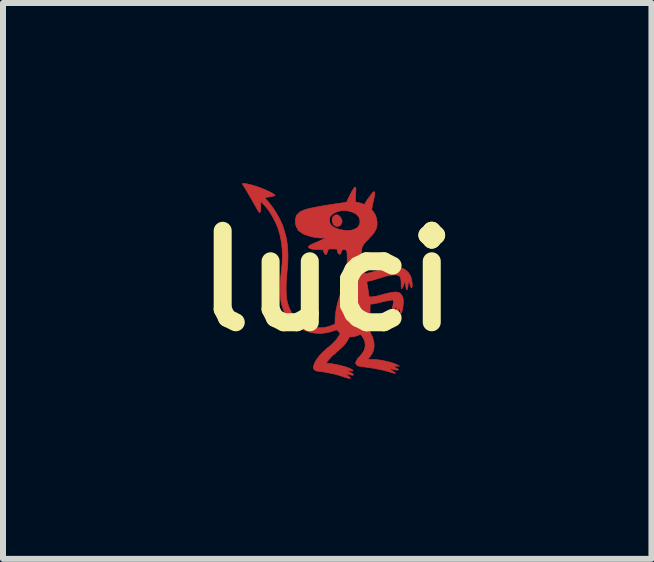
<source format=kicad_pcb>
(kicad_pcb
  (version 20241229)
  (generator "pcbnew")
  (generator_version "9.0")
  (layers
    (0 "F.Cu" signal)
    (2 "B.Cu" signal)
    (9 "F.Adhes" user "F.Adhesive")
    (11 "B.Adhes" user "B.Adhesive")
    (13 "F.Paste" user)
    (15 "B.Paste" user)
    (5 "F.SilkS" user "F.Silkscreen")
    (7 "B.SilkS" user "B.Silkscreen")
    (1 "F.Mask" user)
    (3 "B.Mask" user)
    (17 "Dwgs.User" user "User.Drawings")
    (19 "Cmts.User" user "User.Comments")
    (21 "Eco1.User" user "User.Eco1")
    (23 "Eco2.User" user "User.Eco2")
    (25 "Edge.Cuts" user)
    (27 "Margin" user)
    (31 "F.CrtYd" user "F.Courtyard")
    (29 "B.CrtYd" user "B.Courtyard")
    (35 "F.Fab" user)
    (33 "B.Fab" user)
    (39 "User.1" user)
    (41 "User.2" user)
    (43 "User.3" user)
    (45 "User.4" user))
  (footprint "luci"
    (layer "F.Cu")
    (at 2.402 1.63)
    (property "Reference" "luci" (at 0 0 0) (layer "F.SilkS") (effects (font (size 1.524 1.524) (thickness 0.3))))
    (attr through_hole)
    (fp_poly (pts (xy 0.191 -1.09) (xy 0.214 -1.07) (xy 0.233 -1.043) (xy 0.245 -1.014) (xy 0.248 -0.995) (xy 0.244 -0.971) (xy 0.234 -0.946) (xy 0.22 -0.926) (xy 0.209 -0.917) (xy 0.183 -0.91) (xy 0.155 -0.909) (xy 0.129 -0.917) (xy 0.126 -0.919) (xy 0.106 -0.938) (xy 0.092 -0.964) (xy 0.083 -0.995) (xy 0.082 -1.026) (xy 0.087 -1.054) (xy 0.096 -1.069) (xy 0.117 -1.089) (xy 0.142 -1.101) (xy 0.166 -1.102) (xy 0.191 -1.09)) (stroke (width 0.01) (type solid)) (fill yes) (layer "F.Cu"))
    (fp_poly (pts (xy -1.369 -1.622) (xy -1.337 -1.617) (xy -1.299 -1.608) (xy -1.257 -1.598) (xy -1.213 -1.585) (xy -1.168 -1.571) (xy -1.14 -1.561) (xy -1.097 -1.545) (xy -1.053 -1.527) (xy -1.01 -1.508) (xy -0.97 -1.489) (xy -0.935 -1.472) (xy -0.907 -1.456) (xy -0.888 -1.443) (xy -0.883 -1.439) (xy -0.868 -1.423) (xy -0.886 -1.416) (xy -0.901 -1.412) (xy -0.924 -1.407) (xy -0.952 -1.402) (xy -0.965 -1.399) (xy -0.999 -1.394) (xy -1.021 -1.39) (xy -1.033 -1.386) (xy -1.036 -1.38) (xy -1.032 -1.372) (xy -1.021 -1.361) (xy -1.014 -1.354) (xy -0.967 -1.301) (xy -0.919 -1.239) (xy -0.871 -1.169) (xy -0.827 -1.096) (xy -0.786 -1.02) (xy -0.752 -0.945) (xy -0.751 -0.943) (xy -0.74 -0.916) (xy -0.728 -0.88) (xy -0.716 -0.838) (xy -0.703 -0.795) (xy -0.692 -0.753) (xy -0.683 -0.717) (xy -0.679 -0.699) (xy -0.667 -0.621) (xy -0.659 -0.537) (xy -0.655 -0.452) (xy -0.654 -0.419) (xy -0.655 -0.388) (xy -0.655 -0.359) (xy -0.656 -0.331) (xy -0.657 -0.302) (xy -0.659 -0.27) (xy -0.662 -0.233) (xy -0.666 -0.188) (xy -0.671 -0.135) (xy -0.676 -0.073) (xy -0.68 -0.019) (xy -0.683 0.039) (xy -0.684 0.098) (xy -0.684 0.156) (xy -0.682 0.21) (xy -0.679 0.259) (xy -0.675 0.299) (xy -0.671 0.324) (xy -0.655 0.385) (xy -0.638 0.437) (xy -0.618 0.483) (xy -0.594 0.527) (xy -0.576 0.556) (xy -0.526 0.619) (xy -0.468 0.672) (xy -0.403 0.715) (xy -0.33 0.747) (xy -0.253 0.769) (xy -0.167 0.78) (xy -0.084 0.78) (xy -0.005 0.768) (xy 0.071 0.744) (xy 0.089 0.736) (xy 0.13 0.717) (xy 0.131 0.64) (xy 0.135 0.573) (xy 0.145 0.499) (xy 0.162 0.415) (xy 0.186 0.322) (xy 0.217 0.22) (xy 0.232 0.173) (xy 0.26 0.087) (xy 0.282 0.008) (xy 0.299 -0.066) (xy 0.312 -0.14) (xy 0.322 -0.215) (xy 0.33 -0.297) (xy 0.33 -0.302) (xy 0.333 -0.36) (xy 0.333 -0.41) (xy 0.331 -0.452) (xy 0.327 -0.485) (xy 0.319 -0.507) (xy 0.31 -0.518) (xy 0.301 -0.518) (xy 0.295 -0.518) (xy 0.296 -0.521) (xy 0.293 -0.525) (xy 0.279 -0.526) (xy 0.276 -0.526) (xy 0.263 -0.524) (xy 0.254 -0.519) (xy 0.247 -0.508) (xy 0.238 -0.489) (xy 0.237 -0.486) (xy 0.226 -0.461) (xy 0.218 -0.446) (xy 0.21 -0.441) (xy 0.202 -0.444) (xy 0.191 -0.454) (xy 0.191 -0.454) (xy 0.179 -0.466) (xy 0.174 -0.473) (xy 0.174 -0.474) (xy 0.174 -0.481) (xy 0.17 -0.496) (xy 0.168 -0.504) (xy 0.161 -0.53) (xy 0.094 -0.532) (xy 0.062 -0.533) (xy 0.041 -0.532) (xy 0.027 -0.528) (xy 0.017 -0.52) (xy 0.011 -0.506) (xy 0.004 -0.487) (xy -0.006 -0.46) (xy -0.014 -0.443) (xy -0.021 -0.436) (xy -0.028 -0.436) (xy -0.028 -0.436) (xy -0.037 -0.444) (xy -0.047 -0.46) (xy -0.056 -0.479) (xy -0.062 -0.497) (xy -0.064 -0.506) (xy -0.064 -0.511) (xy -0.067 -0.515) (xy -0.075 -0.517) (xy -0.088 -0.519) (xy -0.11 -0.52) (xy -0.142 -0.522) (xy -0.157 -0.522) (xy -0.196 -0.523) (xy -0.224 -0.525) (xy -0.246 -0.528) (xy -0.263 -0.531) (xy -0.277 -0.536) (xy -0.283 -0.539) (xy -0.303 -0.549) (xy -0.312 -0.557) (xy -0.313 -0.565) (xy -0.313 -0.565) (xy -0.307 -0.578) (xy -0.293 -0.59) (xy -0.272 -0.604) (xy -0.241 -0.618) (xy -0.219 -0.627) (xy -0.186 -0.641) (xy -0.151 -0.656) (xy -0.118 -0.671) (xy -0.087 -0.685) (xy -0.061 -0.698) (xy -0.043 -0.708) (xy -0.033 -0.714) (xy -0.032 -0.715) (xy -0.037 -0.716) (xy -0.052 -0.716) (xy -0.061 -0.715) (xy -0.084 -0.714) (xy -0.116 -0.715) (xy -0.153 -0.718) (xy -0.191 -0.723) (xy -0.227 -0.728) (xy -0.252 -0.734) (xy -0.3 -0.747) (xy -0.341 -0.76) (xy -0.372 -0.771) (xy -0.393 -0.781) (xy -0.395 -0.783) (xy -0.407 -0.789) (xy -0.413 -0.79) (xy -0.413 -0.789) (xy -0.416 -0.788) (xy -0.418 -0.791) (xy -0.427 -0.801) (xy -0.442 -0.813) (xy -0.459 -0.825) (xy -0.474 -0.835) (xy -0.484 -0.84) (xy -0.486 -0.84) (xy -0.488 -0.84) (xy -0.486 -0.843) (xy -0.486 -0.854) (xy -0.491 -0.862) (xy -0.512 -0.896) (xy -0.526 -0.936) (xy -0.532 -0.981) (xy -0.53 -1.013) (xy 0.038 -1.013) (xy 0.041 -0.983) (xy 0.049 -0.957) (xy 0.05 -0.953) (xy 0.072 -0.925) (xy 0.104 -0.899) (xy 0.145 -0.878) (xy 0.194 -0.861) (xy 0.201 -0.86) (xy 0.254 -0.848) (xy 0.298 -0.842) (xy 0.337 -0.839) (xy 0.373 -0.841) (xy 0.396 -0.844) (xy 0.445 -0.857) (xy 0.485 -0.877) (xy 0.515 -0.903) (xy 0.536 -0.936) (xy 0.545 -0.974) (xy 0.545 -0.974) (xy 0.543 -1.019) (xy 0.529 -1.058) (xy 0.505 -1.092) (xy 0.469 -1.121) (xy 0.423 -1.144) (xy 0.366 -1.161) (xy 0.321 -1.169) (xy 0.29 -1.173) (xy 0.265 -1.173) (xy 0.239 -1.17) (xy 0.22 -1.166) (xy 0.165 -1.152) (xy 0.119 -1.131) (xy 0.081 -1.106) (xy 0.054 -1.077) (xy 0.047 -1.066) (xy 0.04 -1.042) (xy 0.038 -1.013) (xy -0.53 -1.013) (xy -0.529 -1.026) (xy -0.524 -1.051) (xy -0.518 -1.072) (xy -0.514 -1.088) (xy -0.514 -1.095) (xy -0.512 -1.098) (xy -0.511 -1.097) (xy -0.505 -1.099) (xy -0.495 -1.109) (xy -0.488 -1.118) (xy -0.467 -1.139) (xy -0.437 -1.159) (xy -0.397 -1.177) (xy -0.347 -1.194) (xy -0.285 -1.21) (xy -0.239 -1.219) (xy -0.153 -1.236) (xy -0.075 -1.25) (xy 0.001 -1.263) (xy 0.079 -1.275) (xy 0.163 -1.288) (xy 0.177 -1.29) (xy 0.224 -1.296) (xy 0.26 -1.302) (xy 0.287 -1.306) (xy 0.306 -1.31) (xy 0.318 -1.313) (xy 0.325 -1.317) (xy 0.328 -1.321) (xy 0.329 -1.324) (xy 0.334 -1.337) (xy 0.344 -1.359) (xy 0.358 -1.387) (xy 0.373 -1.419) (xy 0.39 -1.451) (xy 0.406 -1.482) (xy 0.421 -1.508) (xy 0.433 -1.528) (xy 0.437 -1.535) (xy 0.45 -1.55) (xy 0.461 -1.56) (xy 0.466 -1.562) (xy 0.473 -1.556) (xy 0.478 -1.539) (xy 0.479 -1.512) (xy 0.476 -1.477) (xy 0.476 -1.473) (xy 0.473 -1.442) (xy 0.471 -1.406) (xy 0.47 -1.373) (xy 0.47 -1.371) (xy 0.47 -1.316) (xy 0.51 -1.308) (xy 0.538 -1.301) (xy 0.568 -1.292) (xy 0.584 -1.286) (xy 0.619 -1.271) (xy 0.636 -1.302) (xy 0.647 -1.32) (xy 0.656 -1.333) (xy 0.66 -1.337) (xy 0.664 -1.344) (xy 0.663 -1.347) (xy 0.664 -1.352) (xy 0.666 -1.353) (xy 0.671 -1.358) (xy 0.682 -1.371) (xy 0.697 -1.39) (xy 0.708 -1.407) (xy 0.731 -1.439) (xy 0.748 -1.462) (xy 0.761 -1.476) (xy 0.773 -1.484) (xy 0.782 -1.486) (xy 0.789 -1.483) (xy 0.793 -1.473) (xy 0.793 -1.456) (xy 0.79 -1.429) (xy 0.783 -1.392) (xy 0.775 -1.36) (xy 0.767 -1.324) (xy 0.76 -1.288) (xy 0.753 -1.256) (xy 0.749 -1.234) (xy 0.741 -1.188) (xy 0.77 -1.15) (xy 0.802 -1.099) (xy 0.821 -1.045) (xy 0.83 -0.991) (xy 0.831 -0.95) (xy 0.828 -0.913) (xy 0.819 -0.878) (xy 0.805 -0.843) (xy 0.783 -0.808) (xy 0.753 -0.769) (xy 0.715 -0.726) (xy 0.688 -0.697) (xy 0.653 -0.661) (xy 0.627 -0.632) (xy 0.609 -0.611) (xy 0.601 -0.597) (xy 0.6 -0.593) (xy 0.6 -0.587) (xy 0.597 -0.587) (xy 0.591 -0.585) (xy 0.585 -0.572) (xy 0.58 -0.55) (xy 0.575 -0.522) (xy 0.573 -0.489) (xy 0.572 -0.453) (xy 0.572 -0.451) (xy 0.575 -0.383) (xy 0.585 -0.308) (xy 0.601 -0.225) (xy 0.612 -0.181) (xy 0.627 -0.124) (xy 0.658 -0.126) (xy 0.674 -0.128) (xy 0.7 -0.134) (xy 0.732 -0.142) (xy 0.769 -0.152) (xy 0.801 -0.162) (xy 0.89 -0.188) (xy 0.969 -0.207) (xy 1.039 -0.22) (xy 1.101 -0.226) (xy 1.156 -0.227) (xy 1.206 -0.221) (xy 1.251 -0.21) (xy 1.272 -0.202) (xy 1.303 -0.184) (xy 1.334 -0.157) (xy 1.361 -0.126) (xy 1.382 -0.093) (xy 1.396 -0.06) (xy 1.406 -0.021) (xy 1.413 0.02) (xy 1.416 0.06) (xy 1.415 0.094) (xy 1.412 0.106) (xy 1.408 0.118) (xy 1.403 0.119) (xy 1.396 0.109) (xy 1.388 0.089) (xy 1.382 0.068) (xy 1.371 0.037) (xy 1.364 0.017) (xy 1.359 0.009) (xy 1.355 0.012) (xy 1.352 0.026) (xy 1.35 0.049) (xy 1.346 0.086) (xy 1.341 0.116) (xy 1.335 0.138) (xy 1.329 0.15) (xy 1.323 0.151) (xy 1.318 0.141) (xy 1.316 0.13) (xy 1.312 0.11) (xy 1.307 0.085) (xy 1.304 0.073) (xy 1.298 0.04) (xy 1.292 0.017) (xy 1.287 0.005) (xy 1.284 0.004) (xy 1.283 0.014) (xy 1.283 0.016) (xy 1.281 0.038) (xy 1.275 0.063) (xy 1.267 0.087) (xy 1.258 0.108) (xy 1.249 0.123) (xy 1.241 0.13) (xy 1.238 0.13) (xy 1.236 0.123) (xy 1.234 0.105) (xy 1.232 0.08) (xy 1.232 0.05) (xy 1.232 0.049) (xy 1.23 0.002) (xy 1.226 -0.034) (xy 1.219 -0.06) (xy 1.206 -0.078) (xy 1.189 -0.09) (xy 1.165 -0.097) (xy 1.145 -0.1) (xy 1.113 -0.101) (xy 1.077 -0.098) (xy 1.037 -0.092) (xy 0.989 -0.081) (xy 0.933 -0.065) (xy 0.874 -0.047) (xy 0.833 -0.034) (xy 0.793 -0.022) (xy 0.757 -0.012) (xy 0.727 -0.004) (xy 0.706 0.001) (xy 0.703 0.001) (xy 0.683 0.005) (xy 0.67 0.009) (xy 0.663 0.016) (xy 0.661 0.028) (xy 0.664 0.047) (xy 0.669 0.076) (xy 0.67 0.08) (xy 0.675 0.113) (xy 0.681 0.151) (xy 0.686 0.181) (xy 0.689 0.208) (xy 0.693 0.232) (xy 0.696 0.248) (xy 0.696 0.25) (xy 0.7 0.268) (xy 0.752 0.265) (xy 0.78 0.261) (xy 0.816 0.255) (xy 0.852 0.246) (xy 0.873 0.241) (xy 0.945 0.221) (xy 1.006 0.206) (xy 1.057 0.195) (xy 1.099 0.188) (xy 1.135 0.186) (xy 1.163 0.187) (xy 1.187 0.193) (xy 1.206 0.202) (xy 1.223 0.215) (xy 1.225 0.217) (xy 1.245 0.242) (xy 1.259 0.27) (xy 1.266 0.304) (xy 1.269 0.334) (xy 1.269 0.364) (xy 1.266 0.398) (xy 1.262 0.432) (xy 1.256 0.466) (xy 1.25 0.495) (xy 1.242 0.519) (xy 1.235 0.535) (xy 1.229 0.54) (xy 1.222 0.535) (xy 1.217 0.52) (xy 1.213 0.493) (xy 1.211 0.468) (xy 1.21 0.437) (xy 1.187 0.49) (xy 1.173 0.521) (xy 1.162 0.539) (xy 1.153 0.546) (xy 1.148 0.54) (xy 1.147 0.522) (xy 1.149 0.492) (xy 1.15 0.48) (xy 1.152 0.456) (xy 1.153 0.437) (xy 1.153 0.426) (xy 1.152 0.425) (xy 1.148 0.427) (xy 1.14 0.439) (xy 1.13 0.457) (xy 1.128 0.462) (xy 1.116 0.484) (xy 1.105 0.502) (xy 1.097 0.513) (xy 1.096 0.513) (xy 1.09 0.523) (xy 1.09 0.529) (xy 1.089 0.531) (xy 1.082 0.526) (xy 1.075 0.517) (xy 1.074 0.507) (xy 1.076 0.49) (xy 1.078 0.484) (xy 1.087 0.44) (xy 1.095 0.407) (xy 1.099 0.382) (xy 1.102 0.365) (xy 1.103 0.351) (xy 1.102 0.342) (xy 1.102 0.338) (xy 1.097 0.324) (xy 1.09 0.318) (xy 1.09 0.318) (xy 1.074 0.319) (xy 1.049 0.323) (xy 1.017 0.329) (xy 0.98 0.336) (xy 0.94 0.345) (xy 0.9 0.354) (xy 0.881 0.359) (xy 0.845 0.367) (xy 0.81 0.375) (xy 0.779 0.381) (xy 0.756 0.384) (xy 0.754 0.385) (xy 0.714 0.389) (xy 0.714 0.498) (xy 0.712 0.559) (xy 0.709 0.61) (xy 0.703 0.654) (xy 0.694 0.692) (xy 0.682 0.727) (xy 0.677 0.739) (xy 0.667 0.764) (xy 0.665 0.781) (xy 0.671 0.795) (xy 0.686 0.809) (xy 0.688 0.811) (xy 0.699 0.821) (xy 0.704 0.827) (xy 0.707 0.834) (xy 0.714 0.851) (xy 0.724 0.873) (xy 0.73 0.884) (xy 0.748 0.924) (xy 0.761 0.956) (xy 0.769 0.982) (xy 0.775 1.006) (xy 0.779 1.031) (xy 0.78 1.035) (xy 0.781 1.098) (xy 0.772 1.155) (xy 0.75 1.208) (xy 0.716 1.258) (xy 0.711 1.264) (xy 0.696 1.282) (xy 0.685 1.296) (xy 0.68 1.304) (xy 0.679 1.304) (xy 0.685 1.306) (xy 0.701 1.307) (xy 0.725 1.308) (xy 0.752 1.308) (xy 0.806 1.31) (xy 0.866 1.317) (xy 0.928 1.327) (xy 0.991 1.341) (xy 1.051 1.356) (xy 1.105 1.373) (xy 1.15 1.392) (xy 1.162 1.398) (xy 1.203 1.419) (xy 1.15 1.421) (xy 1.096 1.423) (xy 1.142 1.448) (xy 1.163 1.461) (xy 1.179 1.471) (xy 1.187 1.479) (xy 1.187 1.48) (xy 1.182 1.484) (xy 1.167 1.486) (xy 1.146 1.485) (xy 1.123 1.482) (xy 1.101 1.476) (xy 1.079 1.471) (xy 1.058 1.467) (xy 1.051 1.467) (xy 1.042 1.467) (xy 1.04 1.47) (xy 1.047 1.475) (xy 1.064 1.486) (xy 1.067 1.488) (xy 1.097 1.506) (xy 1.118 1.519) (xy 1.13 1.529) (xy 1.136 1.535) (xy 1.137 1.537) (xy 1.134 1.54) (xy 1.125 1.54) (xy 1.108 1.537) (xy 1.082 1.53) (xy 1.046 1.52) (xy 1.026 1.514) (xy 0.948 1.492) (xy 0.86 1.473) (xy 0.766 1.455) (xy 0.67 1.441) (xy 0.62 1.434) (xy 0.581 1.429) (xy 0.551 1.424) (xy 0.53 1.42) (xy 0.514 1.415) (xy 0.503 1.411) (xy 0.495 1.406) (xy 0.489 1.399) (xy 0.486 1.396) (xy 0.476 1.38) (xy 0.474 1.362) (xy 0.481 1.342) (xy 0.493 1.32) (xy 0.501 1.305) (xy 0.504 1.294) (xy 0.503 1.292) (xy 0.503 1.29) (xy 0.506 1.29) (xy 0.514 1.286) (xy 0.527 1.274) (xy 0.543 1.256) (xy 0.562 1.234) (xy 0.58 1.211) (xy 0.597 1.187) (xy 0.609 1.167) (xy 0.614 1.157) (xy 0.63 1.109) (xy 0.633 1.059) (xy 0.626 1.009) (xy 0.607 0.961) (xy 0.577 0.918) (xy 0.574 0.914) (xy 0.551 0.889) (xy 0.527 0.902) (xy 0.491 0.916) (xy 0.449 0.927) (xy 0.409 0.933) (xy 0.397 0.933) (xy 0.378 0.934) (xy 0.367 0.937) (xy 0.361 0.945) (xy 0.356 0.957) (xy 0.344 0.983) (xy 0.325 1.014) (xy 0.303 1.045) (xy 0.28 1.072) (xy 0.27 1.083) (xy 0.228 1.123) (xy 0.19 1.157) (xy 0.158 1.184) (xy 0.154 1.187) (xy 0.14 1.2) (xy 0.132 1.211) (xy 0.131 1.215) (xy 0.131 1.218) (xy 0.128 1.217) (xy 0.121 1.219) (xy 0.107 1.229) (xy 0.088 1.246) (xy 0.066 1.268) (xy 0.044 1.293) (xy 0.021 1.319) (xy 0.011 1.331) (xy -0.019 1.37) (xy 0.027 1.374) (xy 0.075 1.38) (xy 0.128 1.389) (xy 0.182 1.4) (xy 0.237 1.413) (xy 0.288 1.427) (xy 0.334 1.442) (xy 0.372 1.456) (xy 0.401 1.47) (xy 0.402 1.471) (xy 0.422 1.485) (xy 0.431 1.495) (xy 0.429 1.502) (xy 0.416 1.503) (xy 0.405 1.502) (xy 0.371 1.497) (xy 0.349 1.494) (xy 0.336 1.493) (xy 0.331 1.493) (xy 0.33 1.494) (xy 0.335 1.497) (xy 0.35 1.506) (xy 0.37 1.516) (xy 0.384 1.524) (xy 0.413 1.539) (xy 0.431 1.552) (xy 0.438 1.562) (xy 0.435 1.57) (xy 0.432 1.571) (xy 0.423 1.572) (xy 0.406 1.57) (xy 0.383 1.566) (xy 0.38 1.565) (xy 0.345 1.558) (xy 0.322 1.553) (xy 0.309 1.551) (xy 0.304 1.552) (xy 0.307 1.555) (xy 0.317 1.562) (xy 0.327 1.568) (xy 0.354 1.587) (xy 0.374 1.603) (xy 0.385 1.615) (xy 0.387 1.62) (xy 0.382 1.625) (xy 0.366 1.625) (xy 0.342 1.62) (xy 0.311 1.611) (xy 0.286 1.603) (xy 0.254 1.592) (xy 0.22 1.581) (xy 0.19 1.571) (xy 0.181 1.569) (xy 0.151 1.561) (xy 0.113 1.551) (xy 0.068 1.542) (xy 0.021 1.532) (xy -0.025 1.523) (xy -0.069 1.516) (xy -0.105 1.51) (xy -0.13 1.508) (xy -0.161 1.504) (xy -0.183 1.5) (xy -0.199 1.493) (xy -0.212 1.483) (xy -0.219 1.475) (xy -0.227 1.463) (xy -0.23 1.451) (xy -0.229 1.433) (xy -0.228 1.425) (xy -0.217 1.385) (xy -0.196 1.341) (xy -0.166 1.293) (xy -0.127 1.244) (xy -0.08 1.194) (xy -0.027 1.144) (xy 0.012 1.111) (xy 0.036 1.092) (xy 0.061 1.07) (xy 0.085 1.048) (xy 0.107 1.028) (xy 0.124 1.012) (xy 0.132 1.002) (xy 0.143 0.989) (xy 0.156 0.974) (xy 0.156 0.974) (xy 0.166 0.96) (xy 0.171 0.95) (xy 0.171 0.949) (xy 0.176 0.939) (xy 0.181 0.933) (xy 0.191 0.922) (xy 0.201 0.906) (xy 0.204 0.9) (xy 0.216 0.876) (xy 0.19 0.845) (xy 0.179 0.832) (xy 0.17 0.823) (xy 0.161 0.819) (xy 0.149 0.819) (xy 0.132 0.823) (xy 0.107 0.831) (xy 0.079 0.841) (xy 0.035 0.853) (xy -0.015 0.864) (xy -0.067 0.872) (xy -0.114 0.876) (xy -0.13 0.876) (xy -0.212 0.87) (xy -0.295 0.853) (xy -0.377 0.825) (xy -0.455 0.788) (xy -0.527 0.742) (xy -0.529 0.741) (xy -0.595 0.685) (xy -0.65 0.623) (xy -0.696 0.554) (xy -0.732 0.477) (xy -0.759 0.393) (xy -0.772 0.333) (xy -0.777 0.294) (xy -0.781 0.245) (xy -0.783 0.189) (xy -0.784 0.129) (xy -0.783 0.067) (xy -0.781 0.006) (xy -0.777 -0.051) (xy -0.773 -0.086) (xy -0.765 -0.154) (xy -0.759 -0.213) (xy -0.754 -0.263) (xy -0.751 -0.308) (xy -0.749 -0.349) (xy -0.747 -0.389) (xy -0.747 -0.425) (xy -0.751 -0.537) (xy -0.764 -0.647) (xy -0.784 -0.752) (xy -0.811 -0.85) (xy -0.845 -0.94) (xy -0.862 -0.975) (xy -0.88 -1.01) (xy -0.897 -1.043) (xy -0.912 -1.073) (xy -0.925 -1.096) (xy -0.934 -1.112) (xy -0.939 -1.117) (xy -0.945 -1.125) (xy -0.953 -1.138) (xy -0.962 -1.154) (xy -0.975 -1.172) (xy -0.992 -1.195) (xy -1.016 -1.224) (xy -1.019 -1.228) (xy -1.038 -1.251) (xy -1.052 -1.267) (xy -1.065 -1.28) (xy -1.079 -1.294) (xy -1.089 -1.303) (xy -1.108 -1.32) (xy -1.108 -1.243) (xy -1.109 -1.199) (xy -1.112 -1.167) (xy -1.118 -1.147) (xy -1.126 -1.137) (xy -1.129 -1.137) (xy -1.132 -1.139) (xy -1.138 -1.145) (xy -1.146 -1.158) (xy -1.158 -1.177) (xy -1.173 -1.205) (xy -1.194 -1.241) (xy -1.22 -1.287) (xy -1.223 -1.292) (xy -1.248 -1.338) (xy -1.275 -1.385) (xy -1.303 -1.432) (xy -1.329 -1.477) (xy -1.354 -1.518) (xy -1.374 -1.552) (xy -1.391 -1.577) (xy -1.395 -1.583) (xy -1.406 -1.601) (xy -1.414 -1.614) (xy -1.416 -1.62) (xy -1.41 -1.624) (xy -1.394 -1.625) (xy -1.369 -1.622)) (stroke (width 0.01) (type solid)) (fill yes) (layer "F.Cu"))
    (fp_poly (pts (xy 0.191 -1.09) (xy 0.214 -1.07) (xy 0.233 -1.043) (xy 0.245 -1.014) (xy 0.248 -0.995) (xy 0.244 -0.971) (xy 0.234 -0.946) (xy 0.22 -0.926) (xy 0.209 -0.917) (xy 0.183 -0.91) (xy 0.155 -0.909) (xy 0.129 -0.917) (xy 0.126 -0.919) (xy 0.106 -0.938) (xy 0.092 -0.964) (xy 0.083 -0.995) (xy 0.082 -1.026) (xy 0.087 -1.054) (xy 0.096 -1.069) (xy 0.117 -1.089) (xy 0.142 -1.101) (xy 0.166 -1.102) (xy 0.191 -1.09)) (stroke (width 0.01) (type solid)) (fill yes) (layer "F.Mask"))
    (fp_poly (pts (xy -1.368 -1.621) (xy -1.336 -1.616) (xy -1.298 -1.607) (xy -1.256 -1.597) (xy -1.212 -1.584) (xy -1.167 -1.57) (xy -1.139 -1.56) (xy -1.096 -1.544) (xy -1.052 -1.526) (xy -1.009 -1.507) (xy -0.969 -1.489) (xy -0.934 -1.471) (xy -0.906 -1.455) (xy -0.887 -1.442) (xy -0.882 -1.438) (xy -0.867 -1.422) (xy -0.885 -1.415) (xy -0.9 -1.411) (xy -0.923 -1.406) (xy -0.951 -1.401) (xy -0.964 -1.399) (xy -0.998 -1.394) (xy -1.02 -1.389) (xy -1.032 -1.385) (xy -1.035 -1.38) (xy -1.031 -1.371) (xy -1.02 -1.36) (xy -1.013 -1.353) (xy -0.966 -1.3) (xy -0.918 -1.238) (xy -0.87 -1.169) (xy -0.826 -1.095) (xy -0.785 -1.019) (xy -0.751 -0.945) (xy -0.75 -0.942) (xy -0.739 -0.915) (xy -0.727 -0.879) (xy -0.715 -0.837) (xy -0.702 -0.794) (xy -0.691 -0.753) (xy -0.682 -0.716) (xy -0.678 -0.698) (xy -0.666 -0.62) (xy -0.658 -0.536) (xy -0.654 -0.451) (xy -0.653 -0.419) (xy -0.654 -0.387) (xy -0.654 -0.359) (xy -0.655 -0.331) (xy -0.656 -0.301) (xy -0.658 -0.269) (xy -0.661 -0.232) (xy -0.665 -0.188) (xy -0.67 -0.135) (xy -0.675 -0.072) (xy -0.68 -0.018) (xy -0.682 0.04) (xy -0.683 0.099) (xy -0.683 0.157) (xy -0.681 0.211) (xy -0.678 0.26) (xy -0.674 0.3) (xy -0.67 0.325) (xy -0.654 0.386) (xy -0.637 0.438) (xy -0.617 0.484) (xy -0.593 0.528) (xy -0.575 0.556) (xy -0.525 0.619) (xy -0.467 0.672) (xy -0.402 0.715) (xy -0.329 0.748) (xy -0.252 0.769) (xy -0.166 0.781) (xy -0.083 0.781) (xy -0.004 0.769) (xy 0.072 0.745) (xy 0.09 0.737) (xy 0.131 0.718) (xy 0.132 0.64) (xy 0.136 0.574) (xy 0.146 0.499) (xy 0.163 0.416) (xy 0.187 0.323) (xy 0.218 0.221) (xy 0.233 0.174) (xy 0.261 0.087) (xy 0.283 0.009) (xy 0.3 -0.066) (xy 0.313 -0.139) (xy 0.323 -0.214) (xy 0.331 -0.296) (xy 0.331 -0.301) (xy 0.334 -0.359) (xy 0.334 -0.41) (xy 0.332 -0.451) (xy 0.328 -0.484) (xy 0.32 -0.506) (xy 0.311 -0.517) (xy 0.302 -0.517) (xy 0.296 -0.517) (xy 0.297 -0.52) (xy 0.294 -0.525) (xy 0.28 -0.525) (xy 0.277 -0.525) (xy 0.264 -0.523) (xy 0.255 -0.518) (xy 0.248 -0.508) (xy 0.239 -0.488) (xy 0.238 -0.485) (xy 0.227 -0.46) (xy 0.219 -0.445) (xy 0.211 -0.44) (xy 0.203 -0.443) (xy 0.192 -0.453) (xy 0.192 -0.453) (xy 0.18 -0.465) (xy 0.175 -0.473) (xy 0.175 -0.474) (xy 0.175 -0.481) (xy 0.171 -0.495) (xy 0.169 -0.503) (xy 0.162 -0.529) (xy 0.095 -0.531) (xy 0.063 -0.532) (xy 0.042 -0.531) (xy 0.028 -0.527) (xy 0.018 -0.519) (xy 0.012 -0.506) (xy 0.005 -0.486) (xy -0.005 -0.459) (xy -0.013 -0.442) (xy -0.02 -0.435) (xy -0.027 -0.435) (xy -0.027 -0.435) (xy -0.036 -0.443) (xy -0.046 -0.459) (xy -0.055 -0.478) (xy -0.061 -0.496) (xy -0.063 -0.505) (xy -0.063 -0.51) (xy -0.066 -0.514) (xy -0.074 -0.517) (xy -0.087 -0.518) (xy -0.109 -0.52) (xy -0.142 -0.521) (xy -0.156 -0.521) (xy -0.195 -0.522) (xy -0.223 -0.524) (xy -0.245 -0.527) (xy -0.262 -0.53) (xy -0.276 -0.536) (xy -0.282 -0.538) (xy -0.302 -0.548) (xy -0.311 -0.556) (xy -0.312 -0.564) (xy -0.312 -0.564) (xy -0.306 -0.577) (xy -0.292 -0.59) (xy -0.271 -0.603) (xy -0.24 -0.618) (xy -0.218 -0.627) (xy -0.185 -0.641) (xy -0.15 -0.655) (xy -0.117 -0.671) (xy -0.086 -0.685) (xy -0.06 -0.697) (xy -0.042 -0.707) (xy -0.032 -0.713) (xy -0.031 -0.714) (xy -0.036 -0.716) (xy -0.051 -0.715) (xy -0.06 -0.714) (xy -0.083 -0.713) (xy -0.115 -0.714) (xy -0.152 -0.717) (xy -0.19 -0.722) (xy -0.226 -0.728) (xy -0.251 -0.733) (xy -0.299 -0.746) (xy -0.34 -0.759) (xy -0.371 -0.77) (xy -0.392 -0.78) (xy -0.394 -0.782) (xy -0.406 -0.788) (xy -0.412 -0.789) (xy -0.412 -0.789) (xy -0.415 -0.788) (xy -0.417 -0.79) (xy -0.426 -0.8) (xy -0.441 -0.812) (xy -0.458 -0.825) (xy -0.473 -0.834) (xy -0.483 -0.839) (xy -0.485 -0.839) (xy -0.487 -0.839) (xy -0.485 -0.843) (xy -0.485 -0.854) (xy -0.49 -0.862) (xy -0.511 -0.895) (xy -0.525 -0.936) (xy -0.531 -0.98) (xy -0.529 -1.012) (xy 0.039 -1.012) (xy 0.042 -0.982) (xy 0.05 -0.956) (xy 0.051 -0.953) (xy 0.073 -0.924) (xy 0.105 -0.898) (xy 0.146 -0.877) (xy 0.195 -0.861) (xy 0.202 -0.859) (xy 0.255 -0.848) (xy 0.299 -0.841) (xy 0.338 -0.839) (xy 0.374 -0.84) (xy 0.397 -0.844) (xy 0.446 -0.856) (xy 0.486 -0.876) (xy 0.516 -0.903) (xy 0.537 -0.935) (xy 0.546 -0.973) (xy 0.546 -0.974) (xy 0.544 -1.018) (xy 0.53 -1.057) (xy 0.506 -1.092) (xy 0.47 -1.12) (xy 0.424 -1.143) (xy 0.367 -1.16) (xy 0.322 -1.168) (xy 0.291 -1.172) (xy 0.266 -1.172) (xy 0.24 -1.169) (xy 0.221 -1.166) (xy 0.166 -1.151) (xy 0.12 -1.13) (xy 0.082 -1.105) (xy 0.055 -1.076) (xy 0.048 -1.065) (xy 0.041 -1.042) (xy 0.039 -1.012) (xy -0.529 -1.012) (xy -0.528 -1.025) (xy -0.523 -1.051) (xy -0.517 -1.071) (xy -0.513 -1.088) (xy -0.513 -1.095) (xy -0.511 -1.098) (xy -0.51 -1.096) (xy -0.504 -1.098) (xy -0.494 -1.108) (xy -0.487 -1.117) (xy -0.466 -1.139) (xy -0.436 -1.158) (xy -0.396 -1.176) (xy -0.346 -1.193) (xy -0.284 -1.209) (xy -0.238 -1.219) (xy -0.152 -1.235) (xy -0.074 -1.25) (xy 0.002 -1.262) (xy 0.08 -1.275) (xy 0.164 -1.287) (xy 0.178 -1.289) (xy 0.225 -1.296) (xy 0.261 -1.301) (xy 0.288 -1.305) (xy 0.307 -1.309) (xy 0.319 -1.313) (xy 0.326 -1.316) (xy 0.329 -1.32) (xy 0.33 -1.323) (xy 0.335 -1.336) (xy 0.345 -1.358) (xy 0.359 -1.387) (xy 0.374 -1.418) (xy 0.391 -1.45) (xy 0.407 -1.481) (xy 0.422 -1.508) (xy 0.434 -1.527) (xy 0.438 -1.534) (xy 0.451 -1.55) (xy 0.462 -1.559) (xy 0.467 -1.561) (xy 0.474 -1.555) (xy 0.479 -1.538) (xy 0.48 -1.511) (xy 0.477 -1.476) (xy 0.477 -1.472) (xy 0.474 -1.441) (xy 0.472 -1.406) (xy 0.471 -1.372) (xy 0.471 -1.37) (xy 0.471 -1.315) (xy 0.511 -1.308) (xy 0.539 -1.301) (xy 0.569 -1.291) (xy 0.585 -1.285) (xy 0.62 -1.27) (xy 0.637 -1.301) (xy 0.648 -1.319) (xy 0.657 -1.332) (xy 0.661 -1.336) (xy 0.665 -1.343) (xy 0.664 -1.346) (xy 0.665 -1.351) (xy 0.667 -1.352) (xy 0.672 -1.357) (xy 0.683 -1.37) (xy 0.698 -1.39) (xy 0.709 -1.407) (xy 0.732 -1.439) (xy 0.749 -1.461) (xy 0.762 -1.476) (xy 0.774 -1.483) (xy 0.783 -1.485) (xy 0.79 -1.482) (xy 0.794 -1.472) (xy 0.794 -1.455) (xy 0.791 -1.428) (xy 0.784 -1.391) (xy 0.776 -1.359) (xy 0.768 -1.324) (xy 0.761 -1.288) (xy 0.754 -1.255) (xy 0.75 -1.233) (xy 0.742 -1.188) (xy 0.771 -1.149) (xy 0.803 -1.098) (xy 0.822 -1.045) (xy 0.831 -0.99) (xy 0.832 -0.949) (xy 0.829 -0.912) (xy 0.82 -0.877) (xy 0.806 -0.843) (xy 0.784 -0.807) (xy 0.754 -0.768) (xy 0.716 -0.725) (xy 0.689 -0.696) (xy 0.654 -0.66) (xy 0.628 -0.631) (xy 0.61 -0.61) (xy 0.602 -0.596) (xy 0.601 -0.592) (xy 0.601 -0.586) (xy 0.598 -0.586) (xy 0.592 -0.584) (xy 0.586 -0.571) (xy 0.581 -0.55) (xy 0.576 -0.521) (xy 0.574 -0.488) (xy 0.572 -0.452) (xy 0.572 -0.45) (xy 0.576 -0.382) (xy 0.586 -0.307) (xy 0.602 -0.224) (xy 0.613 -0.18) (xy 0.628 -0.123) (xy 0.659 -0.125) (xy 0.675 -0.127) (xy 0.701 -0.133) (xy 0.733 -0.141) (xy 0.77 -0.152) (xy 0.802 -0.161) (xy 0.891 -0.187) (xy 0.97 -0.206) (xy 1.04 -0.219) (xy 1.102 -0.226) (xy 1.157 -0.226) (xy 1.207 -0.221) (xy 1.252 -0.209) (xy 1.273 -0.201) (xy 1.304 -0.183) (xy 1.335 -0.157) (xy 1.362 -0.125) (xy 1.383 -0.092) (xy 1.397 -0.059) (xy 1.407 -0.02) (xy 1.414 0.021) (xy 1.417 0.061) (xy 1.416 0.094) (xy 1.413 0.107) (xy 1.409 0.118) (xy 1.403 0.12) (xy 1.397 0.11) (xy 1.389 0.089) (xy 1.383 0.069) (xy 1.372 0.038) (xy 1.365 0.018) (xy 1.36 0.01) (xy 1.356 0.013) (xy 1.353 0.026) (xy 1.351 0.05) (xy 1.347 0.087) (xy 1.342 0.117) (xy 1.336 0.139) (xy 1.33 0.151) (xy 1.324 0.152) (xy 1.319 0.142) (xy 1.317 0.131) (xy 1.313 0.111) (xy 1.308 0.086) (xy 1.305 0.074) (xy 1.299 0.041) (xy 1.293 0.018) (xy 1.288 0.006) (xy 1.285 0.004) (xy 1.284 0.015) (xy 1.284 0.017) (xy 1.282 0.039) (xy 1.276 0.063) (xy 1.268 0.088) (xy 1.259 0.109) (xy 1.25 0.124) (xy 1.242 0.131) (xy 1.239 0.131) (xy 1.237 0.123) (xy 1.235 0.106) (xy 1.233 0.081) (xy 1.233 0.051) (xy 1.233 0.05) (xy 1.231 0.003) (xy 1.227 -0.033) (xy 1.22 -0.059) (xy 1.207 -0.078) (xy 1.19 -0.089) (xy 1.166 -0.096) (xy 1.146 -0.099) (xy 1.114 -0.1) (xy 1.078 -0.097) (xy 1.038 -0.091) (xy 0.99 -0.08) (xy 0.934 -0.064) (xy 0.875 -0.046) (xy 0.834 -0.033) (xy 0.794 -0.021) (xy 0.758 -0.011) (xy 0.728 -0.003) (xy 0.707 0.002) (xy 0.704 0.002) (xy 0.684 0.006) (xy 0.671 0.01) (xy 0.664 0.017) (xy 0.662 0.028) (xy 0.665 0.048) (xy 0.67 0.077) (xy 0.671 0.081) (xy 0.676 0.114) (xy 0.682 0.151) (xy 0.687 0.182) (xy 0.69 0.208) (xy 0.694 0.232) (xy 0.697 0.249) (xy 0.697 0.251) (xy 0.701 0.269) (xy 0.753 0.265) (xy 0.781 0.262) (xy 0.817 0.255) (xy 0.853 0.247) (xy 0.874 0.242) (xy 0.946 0.222) (xy 1.007 0.207) (xy 1.058 0.196) (xy 1.1 0.189) (xy 1.135 0.187) (xy 1.164 0.188) (xy 1.188 0.193) (xy 1.207 0.203) (xy 1.224 0.216) (xy 1.226 0.218) (xy 1.246 0.243) (xy 1.26 0.271) (xy 1.267 0.305) (xy 1.27 0.335) (xy 1.27 0.365) (xy 1.267 0.399) (xy 1.263 0.433) (xy 1.257 0.467) (xy 1.251 0.496) (xy 1.243 0.52) (xy 1.236 0.536) (xy 1.23 0.541) (xy 1.223 0.536) (xy 1.218 0.52) (xy 1.214 0.494) (xy 1.212 0.469) (xy 1.211 0.438) (xy 1.188 0.49) (xy 1.174 0.522) (xy 1.163 0.54) (xy 1.154 0.547) (xy 1.149 0.541) (xy 1.148 0.523) (xy 1.15 0.493) (xy 1.151 0.481) (xy 1.153 0.457) (xy 1.154 0.437) (xy 1.154 0.427) (xy 1.153 0.426) (xy 1.149 0.428) (xy 1.141 0.439) (xy 1.131 0.458) (xy 1.129 0.462) (xy 1.117 0.485) (xy 1.106 0.503) (xy 1.098 0.514) (xy 1.097 0.514) (xy 1.091 0.524) (xy 1.091 0.53) (xy 1.09 0.532) (xy 1.083 0.526) (xy 1.076 0.518) (xy 1.075 0.508) (xy 1.077 0.491) (xy 1.079 0.485) (xy 1.088 0.441) (xy 1.096 0.408) (xy 1.1 0.383) (xy 1.103 0.365) (xy 1.104 0.352) (xy 1.103 0.342) (xy 1.103 0.339) (xy 1.098 0.325) (xy 1.091 0.318) (xy 1.091 0.318) (xy 1.075 0.32) (xy 1.05 0.324) (xy 1.018 0.33) (xy 0.981 0.337) (xy 0.941 0.346) (xy 0.901 0.355) (xy 0.882 0.36) (xy 0.846 0.368) (xy 0.811 0.376) (xy 0.78 0.382) (xy 0.757 0.385) (xy 0.755 0.386) (xy 0.715 0.39) (xy 0.715 0.498) (xy 0.713 0.56) (xy 0.71 0.611) (xy 0.704 0.655) (xy 0.695 0.693) (xy 0.683 0.728) (xy 0.678 0.74) (xy 0.668 0.764) (xy 0.666 0.782) (xy 0.672 0.796) (xy 0.687 0.81) (xy 0.689 0.812) (xy 0.7 0.821) (xy 0.705 0.828) (xy 0.708 0.835) (xy 0.715 0.851) (xy 0.725 0.873) (xy 0.731 0.885) (xy 0.749 0.925) (xy 0.762 0.957) (xy 0.77 0.983) (xy 0.776 1.007) (xy 0.78 1.032) (xy 0.781 1.036) (xy 0.782 1.098) (xy 0.773 1.156) (xy 0.751 1.209) (xy 0.717 1.259) (xy 0.712 1.264) (xy 0.697 1.282) (xy 0.686 1.297) (xy 0.681 1.304) (xy 0.68 1.305) (xy 0.686 1.307) (xy 0.702 1.308) (xy 0.726 1.309) (xy 0.753 1.309) (xy 0.807 1.311) (xy 0.867 1.318) (xy 0.929 1.328) (xy 0.992 1.341) (xy 1.052 1.357) (xy 1.106 1.374) (xy 1.151 1.393) (xy 1.163 1.398) (xy 1.204 1.42) (xy 1.15 1.422) (xy 1.097 1.424) (xy 1.143 1.449) (xy 1.164 1.461) (xy 1.18 1.472) (xy 1.188 1.479) (xy 1.188 1.481) (xy 1.183 1.485) (xy 1.168 1.486) (xy 1.147 1.486) (xy 1.124 1.482) (xy 1.102 1.477) (xy 1.08 1.472) (xy 1.059 1.468) (xy 1.052 1.468) (xy 1.043 1.468) (xy 1.041 1.471) (xy 1.048 1.476) (xy 1.065 1.487) (xy 1.068 1.489) (xy 1.098 1.507) (xy 1.119 1.52) (xy 1.131 1.529) (xy 1.137 1.535) (xy 1.138 1.538) (xy 1.135 1.541) (xy 1.126 1.541) (xy 1.109 1.537) (xy 1.083 1.531) (xy 1.047 1.52) (xy 1.027 1.514) (xy 0.949 1.493) (xy 0.861 1.474) (xy 0.767 1.456) (xy 0.671 1.442) (xy 0.621 1.435) (xy 0.582 1.43) (xy 0.552 1.425) (xy 0.531 1.421) (xy 0.515 1.416) (xy 0.504 1.412) (xy 0.496 1.406) (xy 0.49 1.4) (xy 0.487 1.397) (xy 0.477 1.38) (xy 0.475 1.363) (xy 0.482 1.342) (xy 0.494 1.321) (xy 0.502 1.306) (xy 0.505 1.295) (xy 0.504 1.293) (xy 0.504 1.29) (xy 0.507 1.291) (xy 0.515 1.287) (xy 0.528 1.275) (xy 0.544 1.257) (xy 0.563 1.235) (xy 0.581 1.211) (xy 0.598 1.188) (xy 0.61 1.168) (xy 0.615 1.158) (xy 0.631 1.11) (xy 0.634 1.06) (xy 0.627 1.01) (xy 0.608 0.962) (xy 0.578 0.919) (xy 0.575 0.915) (xy 0.552 0.89) (xy 0.528 0.903) (xy 0.492 0.917) (xy 0.45 0.928) (xy 0.41 0.934) (xy 0.398 0.934) (xy 0.379 0.935) (xy 0.368 0.938) (xy 0.362 0.946) (xy 0.357 0.958) (xy 0.345 0.984) (xy 0.326 1.015) (xy 0.304 1.046) (xy 0.281 1.073) (xy 0.271 1.083) (xy 0.229 1.123) (xy 0.191 1.158) (xy 0.159 1.185) (xy 0.155 1.188) (xy 0.141 1.201) (xy 0.133 1.211) (xy 0.132 1.216) (xy 0.132 1.219) (xy 0.129 1.218) (xy 0.121 1.22) (xy 0.108 1.23) (xy 0.089 1.247) (xy 0.067 1.269) (xy 0.045 1.293) (xy 0.022 1.32) (xy 0.012 1.332) (xy -0.018 1.371) (xy 0.028 1.375) (xy 0.076 1.381) (xy 0.129 1.39) (xy 0.183 1.401) (xy 0.237 1.414) (xy 0.289 1.428) (xy 0.335 1.443) (xy 0.373 1.457) (xy 0.402 1.471) (xy 0.403 1.472) (xy 0.423 1.486) (xy 0.432 1.496) (xy 0.43 1.502) (xy 0.417 1.504) (xy 0.406 1.503) (xy 0.372 1.498) (xy 0.35 1.495) (xy 0.337 1.493) (xy 0.332 1.494) (xy 0.331 1.494) (xy 0.336 1.498) (xy 0.351 1.506) (xy 0.371 1.517) (xy 0.385 1.524) (xy 0.414 1.54) (xy 0.432 1.553) (xy 0.439 1.563) (xy 0.436 1.57) (xy 0.433 1.572) (xy 0.424 1.573) (xy 0.407 1.571) (xy 0.384 1.567) (xy 0.381 1.566) (xy 0.346 1.559) (xy 0.323 1.554) (xy 0.31 1.552) (xy 0.305 1.553) (xy 0.308 1.556) (xy 0.318 1.563) (xy 0.328 1.569) (xy 0.355 1.588) (xy 0.375 1.604) (xy 0.386 1.616) (xy 0.388 1.621) (xy 0.383 1.626) (xy 0.367 1.625) (xy 0.343 1.621) (xy 0.312 1.612) (xy 0.287 1.604) (xy 0.255 1.593) (xy 0.221 1.582) (xy 0.191 1.572) (xy 0.182 1.569) (xy 0.152 1.561) (xy 0.114 1.552) (xy 0.069 1.543) (xy 0.022 1.533) (xy -0.024 1.524) (xy -0.068 1.517) (xy -0.104 1.511) (xy -0.129 1.508) (xy -0.16 1.505) (xy -0.182 1.501) (xy -0.198 1.494) (xy -0.211 1.483) (xy -0.218 1.476) (xy -0.226 1.464) (xy -0.229 1.452) (xy -0.228 1.434) (xy -0.227 1.426) (xy -0.216 1.386) (xy -0.195 1.342) (xy -0.165 1.294) (xy -0.126 1.245) (xy -0.079 1.194) (xy -0.026 1.145) (xy 0.013 1.112) (xy 0.037 1.093) (xy 0.062 1.071) (xy 0.086 1.049) (xy 0.108 1.029) (xy 0.125 1.013) (xy 0.133 1.003) (xy 0.144 0.99) (xy 0.157 0.975) (xy 0.157 0.974) (xy 0.167 0.961) (xy 0.172 0.951) (xy 0.172 0.95) (xy 0.177 0.94) (xy 0.182 0.934) (xy 0.192 0.923) (xy 0.202 0.906) (xy 0.205 0.901) (xy 0.217 0.877) (xy 0.191 0.846) (xy 0.18 0.833) (xy 0.171 0.824) (xy 0.162 0.82) (xy 0.15 0.82) (xy 0.133 0.824) (xy 0.108 0.832) (xy 0.08 0.842) (xy 0.036 0.854) (xy -0.014 0.865) (xy -0.066 0.873) (xy -0.113 0.877) (xy -0.129 0.877) (xy -0.211 0.871) (xy -0.294 0.854) (xy -0.376 0.826) (xy -0.454 0.789) (xy -0.526 0.743) (xy -0.528 0.741) (xy -0.594 0.685) (xy -0.649 0.623) (xy -0.695 0.555) (xy -0.731 0.478) (xy -0.758 0.394) (xy -0.771 0.334) (xy -0.776 0.295) (xy -0.78 0.246) (xy -0.782 0.19) (xy -0.783 0.129) (xy -0.782 0.067) (xy -0.78 0.007) (xy -0.776 -0.05) (xy -0.772 -0.085) (xy -0.764 -0.153) (xy -0.758 -0.212) (xy -0.753 -0.262) (xy -0.75 -0.307) (xy -0.748 -0.348) (xy -0.746 -0.389) (xy -0.746 -0.425) (xy -0.75 -0.537) (xy -0.763 -0.646) (xy -0.783 -0.751) (xy -0.81 -0.849) (xy -0.845 -0.939) (xy -0.861 -0.974) (xy -0.879 -1.009) (xy -0.896 -1.043) (xy -0.911 -1.072) (xy -0.924 -1.095) (xy -0.933 -1.111) (xy -0.938 -1.117) (xy -0.944 -1.124) (xy -0.952 -1.137) (xy -0.961 -1.153) (xy -0.974 -1.171) (xy -0.991 -1.194) (xy -1.015 -1.224) (xy -1.018 -1.227) (xy -1.037 -1.25) (xy -1.051 -1.266) (xy -1.064 -1.279) (xy -1.078 -1.293) (xy -1.088 -1.302) (xy -1.107 -1.319) (xy -1.107 -1.242) (xy -1.108 -1.198) (xy -1.111 -1.166) (xy -1.117 -1.146) (xy -1.125 -1.137) (xy -1.128 -1.136) (xy -1.131 -1.138) (xy -1.137 -1.145) (xy -1.145 -1.157) (xy -1.157 -1.177) (xy -1.172 -1.204) (xy -1.193 -1.24) (xy -1.219 -1.286) (xy -1.222 -1.291) (xy -1.247 -1.337) (xy -1.274 -1.384) (xy -1.302 -1.431) (xy -1.328 -1.476) (xy -1.353 -1.517) (xy -1.373 -1.551) (xy -1.39 -1.576) (xy -1.394 -1.583) (xy -1.405 -1.6) (xy -1.413 -1.614) (xy -1.415 -1.619) (xy -1.409 -1.623) (xy -1.393 -1.624) (xy -1.368 -1.621)) (stroke (width 0.01) (type solid)) (fill yes) (layer "F.Mask"))
    (fp_poly (pts (xy -1.422 -1.61) (xy -1.426 -1.607) (xy -1.429 -1.61) (xy -1.426 -1.613) (xy -1.422 -1.61)) (stroke (width 0.01) (type solid)) (fill no) (layer "Eco2.User"))
    (fp_poly (pts (xy -1.067 -1.28) (xy -1.07 -1.276) (xy -1.073 -1.28) (xy -1.07 -1.283) (xy -1.067 -1.28)) (stroke (width 0.01) (type solid)) (fill no) (layer "Eco2.User"))
    (fp_poly (pts (xy -0.883 -1.407) (xy -0.886 -1.403) (xy -0.889 -1.407) (xy -0.886 -1.41) (xy -0.883 -1.407)) (stroke (width 0.01) (type solid)) (fill no) (layer "Eco2.User"))
    (fp_poly (pts (xy -0.794 -0.778) (xy -0.797 -0.775) (xy -0.8 -0.778) (xy -0.797 -0.781) (xy -0.794 -0.778)) (stroke (width 0.01) (type solid)) (fill no) (layer "Eco2.User"))
    (fp_poly (pts (xy -0.451 0.664) (xy -0.454 0.667) (xy -0.457 0.664) (xy -0.454 0.66) (xy -0.451 0.664)) (stroke (width 0.01) (type solid)) (fill no) (layer "Eco2.User"))
    (fp_poly (pts (xy -0.419 -1.178) (xy -0.422 -1.175) (xy -0.425 -1.178) (xy -0.422 -1.181) (xy -0.419 -1.178)) (stroke (width 0.01) (type solid)) (fill no) (layer "Eco2.User"))
    (fp_poly (pts (xy -0.311 -0.587) (xy -0.314 -0.584) (xy -0.318 -0.587) (xy -0.314 -0.591) (xy -0.311 -0.587)) (stroke (width 0.01) (type solid)) (fill no) (layer "Eco2.User"))
    (fp_poly (pts (xy -0.051 -0.441) (xy -0.054 -0.438) (xy -0.057 -0.441) (xy -0.054 -0.445) (xy -0.051 -0.441)) (stroke (width 0.01) (type solid)) (fill no) (layer "Eco2.User"))
    (fp_poly (pts (xy 0.095 1.026) (xy 0.092 1.029) (xy 0.089 1.026) (xy 0.092 1.022) (xy 0.095 1.026)) (stroke (width 0.01) (type solid)) (fill no) (layer "Eco2.User"))
    (fp_poly (pts (xy 0.425 1.464) (xy 0.422 1.467) (xy 0.419 1.464) (xy 0.422 1.46) (xy 0.425 1.464)) (stroke (width 0.01) (type solid)) (fill no) (layer "Eco2.User"))
    (fp_poly (pts (xy 0.495 1.438) (xy 0.492 1.441) (xy 0.489 1.438) (xy 0.492 1.435) (xy 0.495 1.438)) (stroke (width 0.01) (type solid)) (fill no) (layer "Eco2.User"))
    (fp_poly (pts (xy 0.679 0.778) (xy 0.676 0.781) (xy 0.673 0.778) (xy 0.676 0.775) (xy 0.679 0.778)) (stroke (width 0.01) (type solid)) (fill no) (layer "Eco2.User"))
    (fp_poly (pts (xy 0.679 0.791) (xy 0.676 0.794) (xy 0.673 0.791) (xy 0.676 0.787) (xy 0.679 0.791)) (stroke (width 0.01) (type solid)) (fill no) (layer "Eco2.User"))
    (fp_poly (pts (xy 0.711 0.257) (xy 0.708 0.26) (xy 0.705 0.257) (xy 0.708 0.254) (xy 0.711 0.257)) (stroke (width 0.01) (type solid)) (fill no) (layer "Eco2.User"))
    (fp_poly (pts (xy 0.718 -0.708) (xy 0.714 -0.705) (xy 0.711 -0.708) (xy 0.714 -0.711) (xy 0.718 -0.708)) (stroke (width 0.01) (type solid)) (fill no) (layer "Eco2.User"))
    (fp_poly (pts (xy 0.718 1.286) (xy 0.714 1.289) (xy 0.711 1.286) (xy 0.714 1.283) (xy 0.718 1.286)) (stroke (width 0.01) (type solid)) (fill no) (layer "Eco2.User")))
  (gr_rect
    (start -3 -3)
    (end 7.804 6.261)
    (stroke (width 0.1) (type default))
    (fill no)
    (layer "Edge.Cuts")))
</source>
